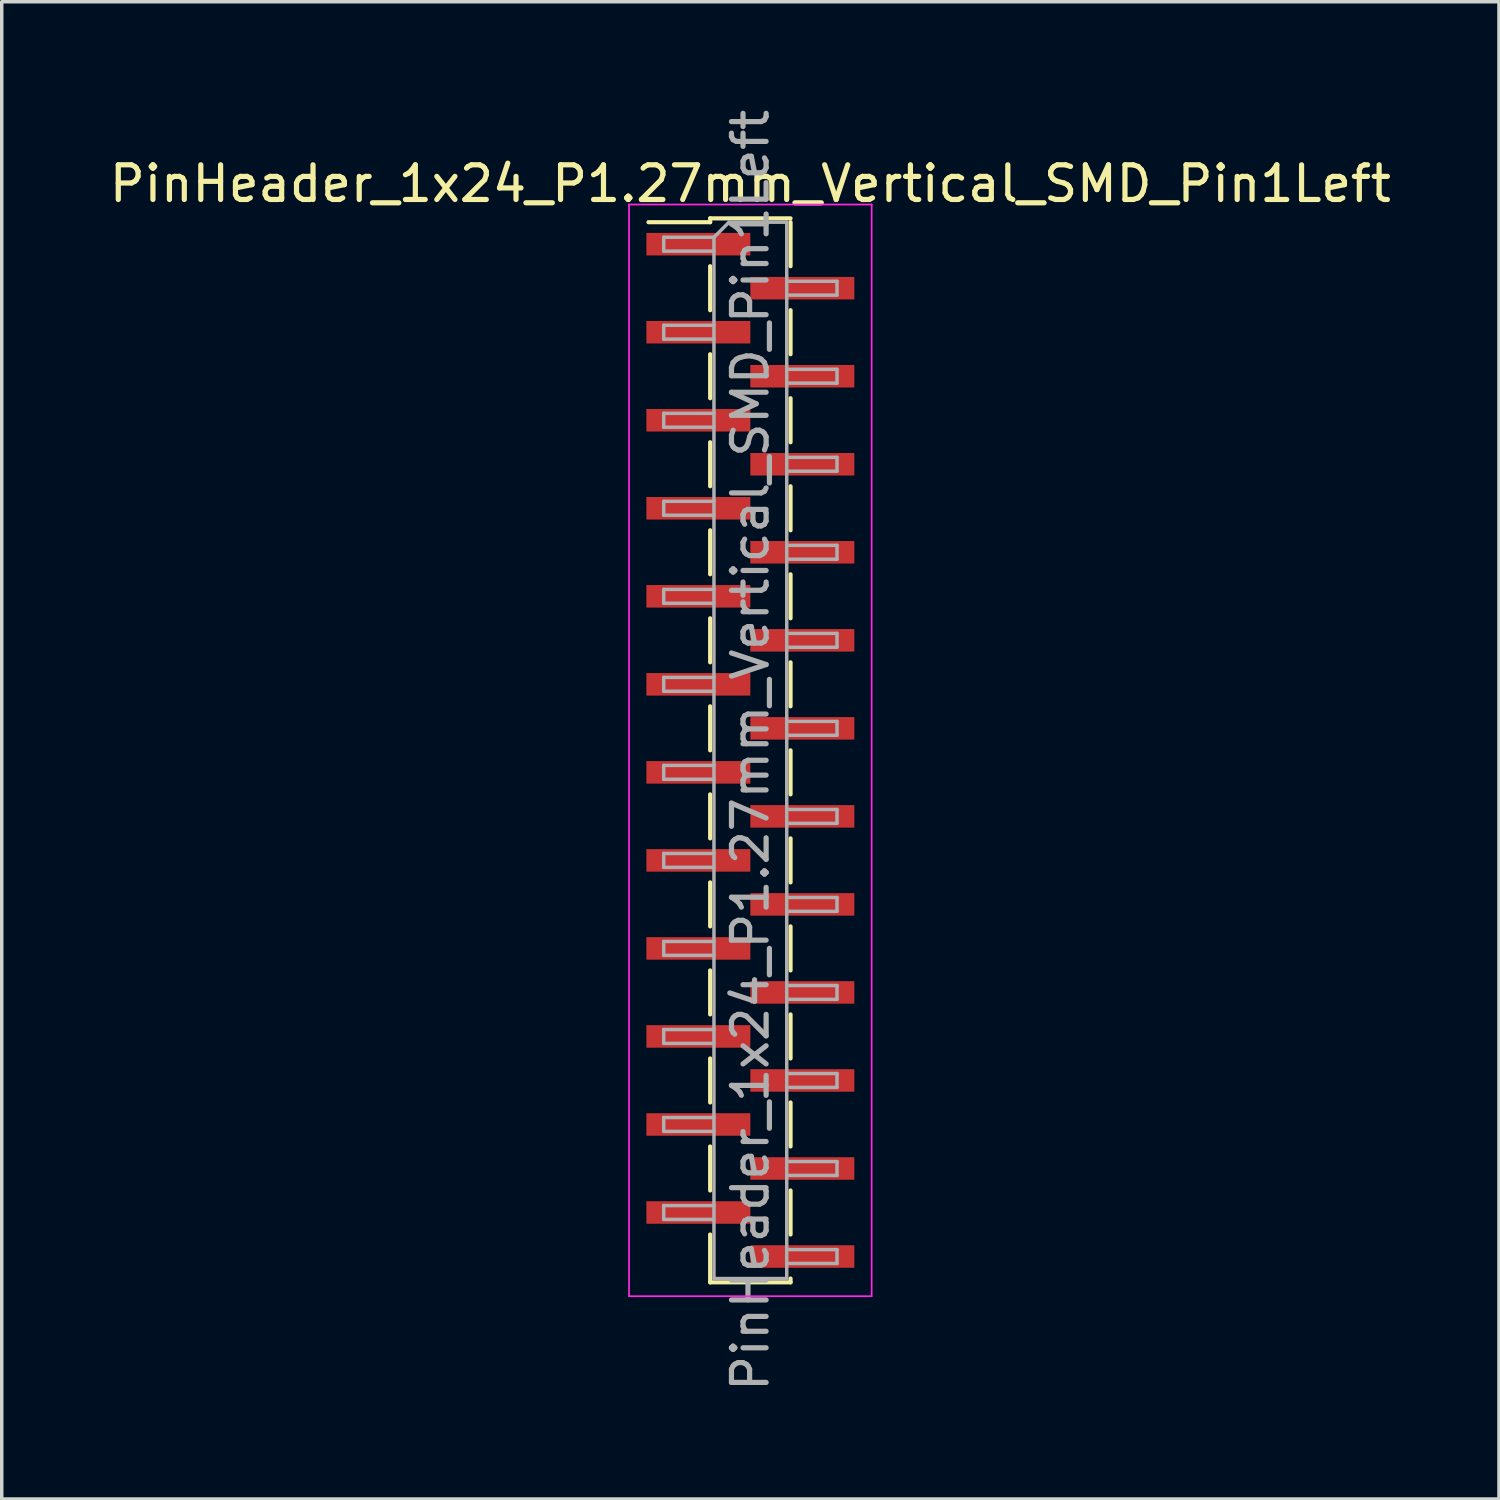
<source format=kicad_pcb>
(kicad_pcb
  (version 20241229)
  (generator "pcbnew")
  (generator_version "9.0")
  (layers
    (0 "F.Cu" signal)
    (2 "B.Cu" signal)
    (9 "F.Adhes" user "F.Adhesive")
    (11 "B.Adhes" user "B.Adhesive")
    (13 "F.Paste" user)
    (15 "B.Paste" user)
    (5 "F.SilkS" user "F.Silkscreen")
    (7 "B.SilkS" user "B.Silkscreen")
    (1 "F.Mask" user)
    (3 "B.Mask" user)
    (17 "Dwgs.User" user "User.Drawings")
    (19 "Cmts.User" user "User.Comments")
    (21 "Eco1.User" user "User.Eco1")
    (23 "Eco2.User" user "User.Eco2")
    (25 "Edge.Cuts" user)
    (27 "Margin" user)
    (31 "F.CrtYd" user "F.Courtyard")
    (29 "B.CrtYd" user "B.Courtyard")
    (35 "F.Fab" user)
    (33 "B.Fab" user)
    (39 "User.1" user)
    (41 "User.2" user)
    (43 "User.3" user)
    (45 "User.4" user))
  (footprint "PinHeader_1x24_P1.27mm_Vertical_SMD_Pin1Left"
    (layer "F.Cu")
    (at 18.601 18.601)
    (property "Reference" "PinHeader_1x24_P1.27mm_Vertical_SMD_Pin1Left" (at 0 -16.35 0) (layer "F.SilkS") (effects (font (size 1 1) (thickness 0.15))))
    (attr smd)
    (fp_line (start -1.16 -15.35) (end -1.16 -15.24) (stroke (width 0.12) (type solid)) (layer "F.SilkS"))
    (fp_line (start -1.16 -15.35) (end 1.16 -15.35) (stroke (width 0.12) (type solid)) (layer "F.SilkS"))
    (fp_line (start -1.16 -15.24) (end -2.94 -15.24) (stroke (width 0.12) (type solid)) (layer "F.SilkS"))
    (fp_line (start -1.16 -13.97) (end -1.16 -12.7) (stroke (width 0.12) (type solid)) (layer "F.SilkS"))
    (fp_line (start -1.16 -11.43) (end -1.16 -10.16) (stroke (width 0.12) (type solid)) (layer "F.SilkS"))
    (fp_line (start -1.16 -8.89) (end -1.16 -7.62) (stroke (width 0.12) (type solid)) (layer "F.SilkS"))
    (fp_line (start -1.16 -6.35) (end -1.16 -5.08) (stroke (width 0.12) (type solid)) (layer "F.SilkS"))
    (fp_line (start -1.16 -3.81) (end -1.16 -2.54) (stroke (width 0.12) (type solid)) (layer "F.SilkS"))
    (fp_line (start -1.16 -1.27) (end -1.16 0) (stroke (width 0.12) (type solid)) (layer "F.SilkS"))
    (fp_line (start -1.16 1.27) (end -1.16 2.54) (stroke (width 0.12) (type solid)) (layer "F.SilkS"))
    (fp_line (start -1.16 3.81) (end -1.16 5.08) (stroke (width 0.12) (type solid)) (layer "F.SilkS"))
    (fp_line (start -1.16 6.35) (end -1.16 7.62) (stroke (width 0.12) (type solid)) (layer "F.SilkS"))
    (fp_line (start -1.16 8.89) (end -1.16 10.16) (stroke (width 0.12) (type solid)) (layer "F.SilkS"))
    (fp_line (start -1.16 11.43) (end -1.16 12.7) (stroke (width 0.12) (type solid)) (layer "F.SilkS"))
    (fp_line (start -1.16 13.97) (end -1.16 15.35) (stroke (width 0.12) (type solid)) (layer "F.SilkS"))
    (fp_line (start -1.16 15.35) (end 1.16 15.35) (stroke (width 0.12) (type solid)) (layer "F.SilkS"))
    (fp_line (start 1.16 -15.24) (end 1.16 -13.97) (stroke (width 0.12) (type solid)) (layer "F.SilkS"))
    (fp_line (start 1.16 -12.7) (end 1.16 -11.43) (stroke (width 0.12) (type solid)) (layer "F.SilkS"))
    (fp_line (start 1.16 -10.16) (end 1.16 -8.89) (stroke (width 0.12) (type solid)) (layer "F.SilkS"))
    (fp_line (start 1.16 -7.62) (end 1.16 -6.35) (stroke (width 0.12) (type solid)) (layer "F.SilkS"))
    (fp_line (start 1.16 -5.08) (end 1.16 -3.81) (stroke (width 0.12) (type solid)) (layer "F.SilkS"))
    (fp_line (start 1.16 -2.54) (end 1.16 -1.27) (stroke (width 0.12) (type solid)) (layer "F.SilkS"))
    (fp_line (start 1.16 0) (end 1.16 1.27) (stroke (width 0.12) (type solid)) (layer "F.SilkS"))
    (fp_line (start 1.16 2.54) (end 1.16 3.81) (stroke (width 0.12) (type solid)) (layer "F.SilkS"))
    (fp_line (start 1.16 5.08) (end 1.16 6.35) (stroke (width 0.12) (type solid)) (layer "F.SilkS"))
    (fp_line (start 1.16 7.62) (end 1.16 8.89) (stroke (width 0.12) (type solid)) (layer "F.SilkS"))
    (fp_line (start 1.16 10.16) (end 1.16 11.43) (stroke (width 0.12) (type solid)) (layer "F.SilkS"))
    (fp_line (start 1.16 12.7) (end 1.16 13.97) (stroke (width 0.12) (type solid)) (layer "F.SilkS"))
    (fp_line (start 1.16 15.24) (end 1.16 15.35) (stroke (width 0.12) (type solid)) (layer "F.SilkS"))
    (fp_line (start -3.5 -15.75) (end -3.5 15.75) (stroke (width 0.05) (type solid)) (layer "F.CrtYd"))
    (fp_line (start -3.5 15.75) (end 3.5 15.75) (stroke (width 0.05) (type solid)) (layer "F.CrtYd"))
    (fp_line (start 3.5 -15.75) (end -3.5 -15.75) (stroke (width 0.05) (type solid)) (layer "F.CrtYd"))
    (fp_line (start 3.5 15.75) (end 3.5 -15.75) (stroke (width 0.05) (type solid)) (layer "F.CrtYd"))
    (fp_line (start -2.5 -14.805) (end -2.5 -14.405) (stroke (width 0.1) (type solid)) (layer "F.Fab"))
    (fp_line (start -2.5 -14.405) (end -1.05 -14.405) (stroke (width 0.1) (type solid)) (layer "F.Fab"))
    (fp_line (start -2.5 -12.265) (end -2.5 -11.865) (stroke (width 0.1) (type solid)) (layer "F.Fab"))
    (fp_line (start -2.5 -11.865) (end -1.05 -11.865) (stroke (width 0.1) (type solid)) (layer "F.Fab"))
    (fp_line (start -2.5 -9.725) (end -2.5 -9.325) (stroke (width 0.1) (type solid)) (layer "F.Fab"))
    (fp_line (start -2.5 -9.325) (end -1.05 -9.325) (stroke (width 0.1) (type solid)) (layer "F.Fab"))
    (fp_line (start -2.5 -7.185) (end -2.5 -6.785) (stroke (width 0.1) (type solid)) (layer "F.Fab"))
    (fp_line (start -2.5 -6.785) (end -1.05 -6.785) (stroke (width 0.1) (type solid)) (layer "F.Fab"))
    (fp_line (start -2.5 -4.645) (end -2.5 -4.245) (stroke (width 0.1) (type solid)) (layer "F.Fab"))
    (fp_line (start -2.5 -4.245) (end -1.05 -4.245) (stroke (width 0.1) (type solid)) (layer "F.Fab"))
    (fp_line (start -2.5 -2.105) (end -2.5 -1.705) (stroke (width 0.1) (type solid)) (layer "F.Fab"))
    (fp_line (start -2.5 -1.705) (end -1.05 -1.705) (stroke (width 0.1) (type solid)) (layer "F.Fab"))
    (fp_line (start -2.5 0.435) (end -2.5 0.835) (stroke (width 0.1) (type solid)) (layer "F.Fab"))
    (fp_line (start -2.5 0.835) (end -1.05 0.835) (stroke (width 0.1) (type solid)) (layer "F.Fab"))
    (fp_line (start -2.5 2.975) (end -2.5 3.375) (stroke (width 0.1) (type solid)) (layer "F.Fab"))
    (fp_line (start -2.5 3.375) (end -1.05 3.375) (stroke (width 0.1) (type solid)) (layer "F.Fab"))
    (fp_line (start -2.5 5.515) (end -2.5 5.915) (stroke (width 0.1) (type solid)) (layer "F.Fab"))
    (fp_line (start -2.5 5.915) (end -1.05 5.915) (stroke (width 0.1) (type solid)) (layer "F.Fab"))
    (fp_line (start -2.5 8.055) (end -2.5 8.455) (stroke (width 0.1) (type solid)) (layer "F.Fab"))
    (fp_line (start -2.5 8.455) (end -1.05 8.455) (stroke (width 0.1) (type solid)) (layer "F.Fab"))
    (fp_line (start -2.5 10.595) (end -2.5 10.995) (stroke (width 0.1) (type solid)) (layer "F.Fab"))
    (fp_line (start -2.5 10.995) (end -1.05 10.995) (stroke (width 0.1) (type solid)) (layer "F.Fab"))
    (fp_line (start -2.5 13.135) (end -2.5 13.535) (stroke (width 0.1) (type solid)) (layer "F.Fab"))
    (fp_line (start -2.5 13.535) (end -1.05 13.535) (stroke (width 0.1) (type solid)) (layer "F.Fab"))
    (fp_line (start -1.05 -14.805) (end -2.5 -14.805) (stroke (width 0.1) (type solid)) (layer "F.Fab"))
    (fp_line (start -1.05 -14.805) (end -0.615 -15.24) (stroke (width 0.1) (type solid)) (layer "F.Fab"))
    (fp_line (start -1.05 -12.265) (end -2.5 -12.265) (stroke (width 0.1) (type solid)) (layer "F.Fab"))
    (fp_line (start -1.05 -9.725) (end -2.5 -9.725) (stroke (width 0.1) (type solid)) (layer "F.Fab"))
    (fp_line (start -1.05 -7.185) (end -2.5 -7.185) (stroke (width 0.1) (type solid)) (layer "F.Fab"))
    (fp_line (start -1.05 -4.645) (end -2.5 -4.645) (stroke (width 0.1) (type solid)) (layer "F.Fab"))
    (fp_line (start -1.05 -2.105) (end -2.5 -2.105) (stroke (width 0.1) (type solid)) (layer "F.Fab"))
    (fp_line (start -1.05 0.435) (end -2.5 0.435) (stroke (width 0.1) (type solid)) (layer "F.Fab"))
    (fp_line (start -1.05 2.975) (end -2.5 2.975) (stroke (width 0.1) (type solid)) (layer "F.Fab"))
    (fp_line (start -1.05 5.515) (end -2.5 5.515) (stroke (width 0.1) (type solid)) (layer "F.Fab"))
    (fp_line (start -1.05 8.055) (end -2.5 8.055) (stroke (width 0.1) (type solid)) (layer "F.Fab"))
    (fp_line (start -1.05 10.595) (end -2.5 10.595) (stroke (width 0.1) (type solid)) (layer "F.Fab"))
    (fp_line (start -1.05 13.135) (end -2.5 13.135) (stroke (width 0.1) (type solid)) (layer "F.Fab"))
    (fp_line (start -1.05 15.24) (end -1.05 -14.805) (stroke (width 0.1) (type solid)) (layer "F.Fab"))
    (fp_line (start -0.615 -15.24) (end 1.05 -15.24) (stroke (width 0.1) (type solid)) (layer "F.Fab"))
    (fp_line (start 1.05 -15.24) (end 1.05 15.24) (stroke (width 0.1) (type solid)) (layer "F.Fab"))
    (fp_line (start 1.05 -13.535) (end 2.5 -13.535) (stroke (width 0.1) (type solid)) (layer "F.Fab"))
    (fp_line (start 1.05 -10.995) (end 2.5 -10.995) (stroke (width 0.1) (type solid)) (layer "F.Fab"))
    (fp_line (start 1.05 -8.455) (end 2.5 -8.455) (stroke (width 0.1) (type solid)) (layer "F.Fab"))
    (fp_line (start 1.05 -5.915) (end 2.5 -5.915) (stroke (width 0.1) (type solid)) (layer "F.Fab"))
    (fp_line (start 1.05 -3.375) (end 2.5 -3.375) (stroke (width 0.1) (type solid)) (layer "F.Fab"))
    (fp_line (start 1.05 -0.835) (end 2.5 -0.835) (stroke (width 0.1) (type solid)) (layer "F.Fab"))
    (fp_line (start 1.05 1.705) (end 2.5 1.705) (stroke (width 0.1) (type solid)) (layer "F.Fab"))
    (fp_line (start 1.05 4.245) (end 2.5 4.245) (stroke (width 0.1) (type solid)) (layer "F.Fab"))
    (fp_line (start 1.05 6.785) (end 2.5 6.785) (stroke (width 0.1) (type solid)) (layer "F.Fab"))
    (fp_line (start 1.05 9.325) (end 2.5 9.325) (stroke (width 0.1) (type solid)) (layer "F.Fab"))
    (fp_line (start 1.05 11.865) (end 2.5 11.865) (stroke (width 0.1) (type solid)) (layer "F.Fab"))
    (fp_line (start 1.05 14.405) (end 2.5 14.405) (stroke (width 0.1) (type solid)) (layer "F.Fab"))
    (fp_line (start 1.05 15.24) (end -1.05 15.24) (stroke (width 0.1) (type solid)) (layer "F.Fab"))
    (fp_line (start 2.5 -13.535) (end 2.5 -13.135) (stroke (width 0.1) (type solid)) (layer "F.Fab"))
    (fp_line (start 2.5 -13.135) (end 1.05 -13.135) (stroke (width 0.1) (type solid)) (layer "F.Fab"))
    (fp_line (start 2.5 -10.995) (end 2.5 -10.595) (stroke (width 0.1) (type solid)) (layer "F.Fab"))
    (fp_line (start 2.5 -10.595) (end 1.05 -10.595) (stroke (width 0.1) (type solid)) (layer "F.Fab"))
    (fp_line (start 2.5 -8.455) (end 2.5 -8.055) (stroke (width 0.1) (type solid)) (layer "F.Fab"))
    (fp_line (start 2.5 -8.055) (end 1.05 -8.055) (stroke (width 0.1) (type solid)) (layer "F.Fab"))
    (fp_line (start 2.5 -5.915) (end 2.5 -5.515) (stroke (width 0.1) (type solid)) (layer "F.Fab"))
    (fp_line (start 2.5 -5.515) (end 1.05 -5.515) (stroke (width 0.1) (type solid)) (layer "F.Fab"))
    (fp_line (start 2.5 -3.375) (end 2.5 -2.975) (stroke (width 0.1) (type solid)) (layer "F.Fab"))
    (fp_line (start 2.5 -2.975) (end 1.05 -2.975) (stroke (width 0.1) (type solid)) (layer "F.Fab"))
    (fp_line (start 2.5 -0.835) (end 2.5 -0.435) (stroke (width 0.1) (type solid)) (layer "F.Fab"))
    (fp_line (start 2.5 -0.435) (end 1.05 -0.435) (stroke (width 0.1) (type solid)) (layer "F.Fab"))
    (fp_line (start 2.5 1.705) (end 2.5 2.105) (stroke (width 0.1) (type solid)) (layer "F.Fab"))
    (fp_line (start 2.5 2.105) (end 1.05 2.105) (stroke (width 0.1) (type solid)) (layer "F.Fab"))
    (fp_line (start 2.5 4.245) (end 2.5 4.645) (stroke (width 0.1) (type solid)) (layer "F.Fab"))
    (fp_line (start 2.5 4.645) (end 1.05 4.645) (stroke (width 0.1) (type solid)) (layer "F.Fab"))
    (fp_line (start 2.5 6.785) (end 2.5 7.185) (stroke (width 0.1) (type solid)) (layer "F.Fab"))
    (fp_line (start 2.5 7.185) (end 1.05 7.185) (stroke (width 0.1) (type solid)) (layer "F.Fab"))
    (fp_line (start 2.5 9.325) (end 2.5 9.725) (stroke (width 0.1) (type solid)) (layer "F.Fab"))
    (fp_line (start 2.5 9.725) (end 1.05 9.725) (stroke (width 0.1) (type solid)) (layer "F.Fab"))
    (fp_line (start 2.5 11.865) (end 2.5 12.265) (stroke (width 0.1) (type solid)) (layer "F.Fab"))
    (fp_line (start 2.5 12.265) (end 1.05 12.265) (stroke (width 0.1) (type solid)) (layer "F.Fab"))
    (fp_line (start 2.5 14.405) (end 2.5 14.805) (stroke (width 0.1) (type solid)) (layer "F.Fab"))
    (fp_line (start 2.5 14.805) (end 1.05 14.805) (stroke (width 0.1) (type solid)) (layer "F.Fab"))
    (fp_text user "${REFERENCE}" (at 0 0 90) (layer "F.Fab") (effects (font (size 1 1) (thickness 0.15))))
    (pad "1" smd rect (at -1.5 -14.605) (size 3 0.65) (layers "F.Cu" "F.Mask" "F.Paste"))
    (pad "2" smd rect (at 1.5 -13.335) (size 3 0.65) (layers "F.Cu" "F.Mask" "F.Paste"))
    (pad "3" smd rect (at -1.5 -12.065) (size 3 0.65) (layers "F.Cu" "F.Mask" "F.Paste"))
    (pad "4" smd rect (at 1.5 -10.795) (size 3 0.65) (layers "F.Cu" "F.Mask" "F.Paste"))
    (pad "5" smd rect (at -1.5 -9.525) (size 3 0.65) (layers "F.Cu" "F.Mask" "F.Paste"))
    (pad "6" smd rect (at 1.5 -8.255) (size 3 0.65) (layers "F.Cu" "F.Mask" "F.Paste"))
    (pad "7" smd rect (at -1.5 -6.985) (size 3 0.65) (layers "F.Cu" "F.Mask" "F.Paste"))
    (pad "8" smd rect (at 1.5 -5.715) (size 3 0.65) (layers "F.Cu" "F.Mask" "F.Paste"))
    (pad "9" smd rect (at -1.5 -4.445) (size 3 0.65) (layers "F.Cu" "F.Mask" "F.Paste"))
    (pad "10" smd rect (at 1.5 -3.175) (size 3 0.65) (layers "F.Cu" "F.Mask" "F.Paste"))
    (pad "11" smd rect (at -1.5 -1.905) (size 3 0.65) (layers "F.Cu" "F.Mask" "F.Paste"))
    (pad "12" smd rect (at 1.5 -0.635) (size 3 0.65) (layers "F.Cu" "F.Mask" "F.Paste"))
    (pad "13" smd rect (at -1.5 0.635) (size 3 0.65) (layers "F.Cu" "F.Mask" "F.Paste"))
    (pad "14" smd rect (at 1.5 1.905) (size 3 0.65) (layers "F.Cu" "F.Mask" "F.Paste"))
    (pad "15" smd rect (at -1.5 3.175) (size 3 0.65) (layers "F.Cu" "F.Mask" "F.Paste"))
    (pad "16" smd rect (at 1.5 4.445) (size 3 0.65) (layers "F.Cu" "F.Mask" "F.Paste"))
    (pad "17" smd rect (at -1.5 5.715) (size 3 0.65) (layers "F.Cu" "F.Mask" "F.Paste"))
    (pad "18" smd rect (at 1.5 6.985) (size 3 0.65) (layers "F.Cu" "F.Mask" "F.Paste"))
    (pad "19" smd rect (at -1.5 8.255) (size 3 0.65) (layers "F.Cu" "F.Mask" "F.Paste"))
    (pad "20" smd rect (at 1.5 9.525) (size 3 0.65) (layers "F.Cu" "F.Mask" "F.Paste"))
    (pad "21" smd rect (at -1.5 10.795) (size 3 0.65) (layers "F.Cu" "F.Mask" "F.Paste"))
    (pad "22" smd rect (at 1.5 12.065) (size 3 0.65) (layers "F.Cu" "F.Mask" "F.Paste"))
    (pad "23" smd rect (at -1.5 13.335) (size 3 0.65) (layers "F.Cu" "F.Mask" "F.Paste"))
    (pad "24" smd rect (at 1.5 14.605) (size 3 0.65) (layers "F.Cu" "F.Mask" "F.Paste")))
  (gr_rect
    (start -3 -3)
    (end 40.202 40.202)
    (stroke (width 0.1) (type default))
    (fill no)
    (layer "Edge.Cuts")))
</source>
